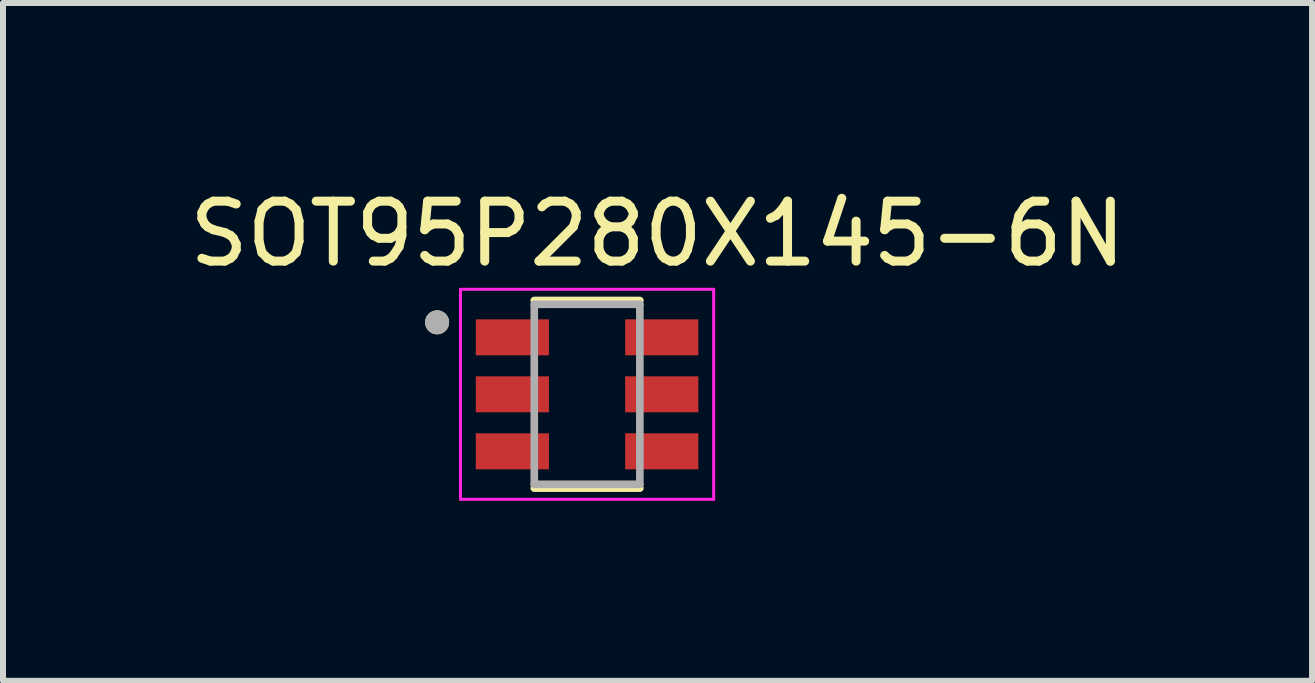
<source format=kicad_pcb>
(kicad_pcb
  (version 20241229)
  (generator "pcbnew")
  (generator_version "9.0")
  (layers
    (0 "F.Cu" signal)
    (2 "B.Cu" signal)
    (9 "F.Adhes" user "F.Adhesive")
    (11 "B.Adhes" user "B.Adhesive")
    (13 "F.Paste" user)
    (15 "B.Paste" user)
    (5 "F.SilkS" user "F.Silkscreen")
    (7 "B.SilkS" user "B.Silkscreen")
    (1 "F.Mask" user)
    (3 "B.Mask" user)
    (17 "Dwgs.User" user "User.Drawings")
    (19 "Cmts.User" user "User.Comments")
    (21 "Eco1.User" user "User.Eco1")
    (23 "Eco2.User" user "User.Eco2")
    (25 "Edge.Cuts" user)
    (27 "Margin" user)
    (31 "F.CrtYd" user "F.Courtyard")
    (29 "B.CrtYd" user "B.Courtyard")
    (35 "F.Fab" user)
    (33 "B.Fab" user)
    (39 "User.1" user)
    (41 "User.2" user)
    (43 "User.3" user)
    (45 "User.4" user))
  (footprint "SOT95P280X145-6N"
    (layer "F.Cu")
    (at 6.736 3.523)
    (property "Reference" "SOT95P280X145-6N" (at 1.175 -2.675 0) (layer "F.SilkS") (effects (font (size 1 1) (thickness 0.15))))
    (attr through_hole)
    (fp_line (start -0.88 -1.564) (end 0.88 -1.564) (stroke (width 0.127) (type solid)) (layer "F.SilkS"))
    (fp_line (start -0.88 1.564) (end 0.88 1.564) (stroke (width 0.127) (type solid)) (layer "F.SilkS"))
    (fp_circle (center -2.5 -1.2) (end -2.4 -1.2) (stroke (width 0.2) (type solid)) (fill no) (layer "F.SilkS"))
    (fp_line (start -2.11 -1.75) (end 2.11 -1.75) (stroke (width 0.05) (type solid)) (layer "F.CrtYd"))
    (fp_line (start -2.11 1.75) (end -2.11 -1.75) (stroke (width 0.05) (type solid)) (layer "F.CrtYd"))
    (fp_line (start 2.11 -1.75) (end 2.11 1.75) (stroke (width 0.05) (type solid)) (layer "F.CrtYd"))
    (fp_line (start 2.11 1.75) (end -2.11 1.75) (stroke (width 0.05) (type solid)) (layer "F.CrtYd"))
    (fp_line (start -0.88 -1.5) (end 0.88 -1.5) (stroke (width 0.127) (type solid)) (layer "F.Fab"))
    (fp_line (start -0.88 1.5) (end -0.88 -1.5) (stroke (width 0.127) (type solid)) (layer "F.Fab"))
    (fp_line (start 0.88 -1.5) (end 0.88 1.5) (stroke (width 0.127) (type solid)) (layer "F.Fab"))
    (fp_line (start 0.88 1.5) (end -0.88 1.5) (stroke (width 0.127) (type solid)) (layer "F.Fab"))
    (fp_circle (center -2.5 -1.2) (end -2.4 -1.2) (stroke (width 0.2) (type solid)) (fill no) (layer "F.Fab"))
    (pad "1" smd rect (at -1.245 -0.95) (size 1.22 0.6) (layers "F.Cu" "F.Mask" "F.Paste"))
    (pad "2" smd rect (at -1.245 0) (size 1.22 0.6) (layers "F.Cu" "F.Mask" "F.Paste"))
    (pad "3" smd rect (at -1.245 0.95) (size 1.22 0.6) (layers "F.Cu" "F.Mask" "F.Paste"))
    (pad "4" smd rect (at 1.245 0.95) (size 1.22 0.6) (layers "F.Cu" "F.Mask" "F.Paste"))
    (pad "5" smd rect (at 1.245 0) (size 1.22 0.6) (layers "F.Cu" "F.Mask" "F.Paste"))
    (pad "6" smd rect (at 1.245 -0.95) (size 1.22 0.6) (layers "F.Cu" "F.Mask" "F.Paste")))
  (gr_rect
    (start -3 -3)
    (end 18.821 8.298)
    (stroke (width 0.1) (type default))
    (fill no)
    (layer "Edge.Cuts")))
</source>
